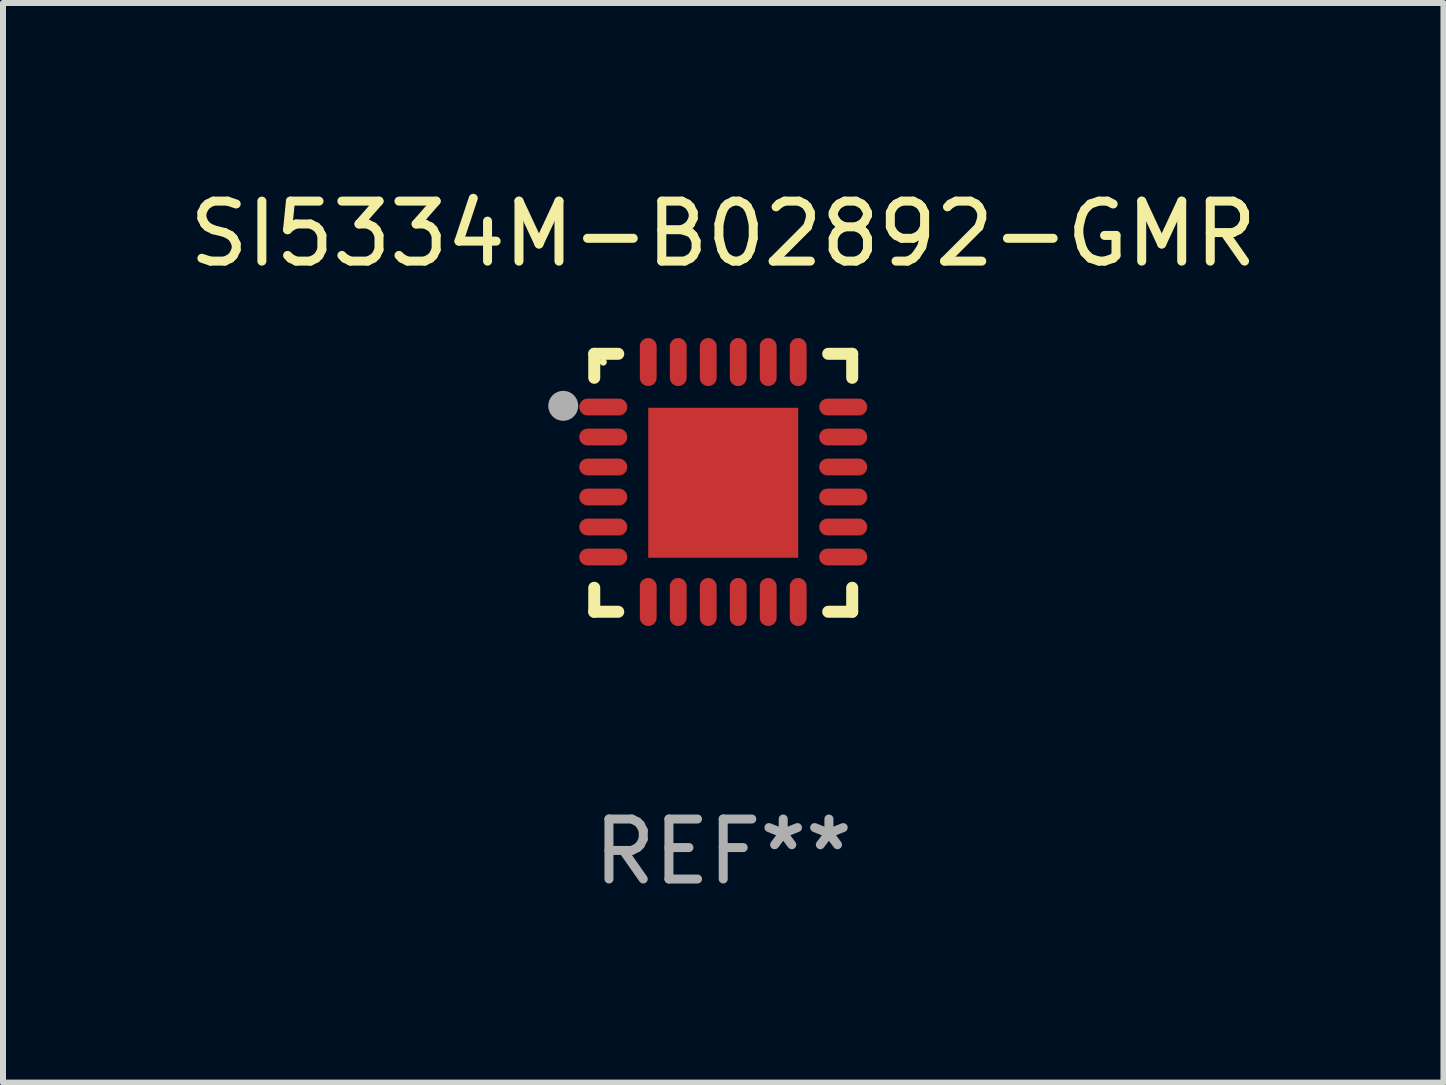
<source format=kicad_pcb>
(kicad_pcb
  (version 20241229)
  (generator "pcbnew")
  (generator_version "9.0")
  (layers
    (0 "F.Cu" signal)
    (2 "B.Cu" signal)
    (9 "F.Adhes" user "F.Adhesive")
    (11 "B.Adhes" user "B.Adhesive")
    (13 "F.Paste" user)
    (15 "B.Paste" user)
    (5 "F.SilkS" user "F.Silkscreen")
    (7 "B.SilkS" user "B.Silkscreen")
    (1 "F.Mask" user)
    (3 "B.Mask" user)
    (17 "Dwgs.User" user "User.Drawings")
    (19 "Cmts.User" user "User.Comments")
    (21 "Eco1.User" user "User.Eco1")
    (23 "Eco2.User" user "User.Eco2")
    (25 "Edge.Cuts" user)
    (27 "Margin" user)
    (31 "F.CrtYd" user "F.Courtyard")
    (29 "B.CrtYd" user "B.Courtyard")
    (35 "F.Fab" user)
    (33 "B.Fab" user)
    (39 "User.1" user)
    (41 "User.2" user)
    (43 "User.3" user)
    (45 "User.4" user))
  (footprint "SI5334M-B02892-GMR"
    (layer "F.Cu")
    (at 9.006 4.998)
    (property "Reference" "SI5334M-B02892-GMR" (at 0 -4.15 0) (layer "F.SilkS") (effects (font (size 1 1) (thickness 0.15))))
    (attr through_hole)
    (fp_line (start -2.15 -2.15) (end -1.75 -2.15) (stroke (width 0.2) (type solid)) (layer "F.SilkS"))
    (fp_line (start -2.15 -1.75) (end -2.15 -2.15) (stroke (width 0.2) (type solid)) (layer "F.SilkS"))
    (fp_line (start -2.15 2.15) (end -2.15 1.75) (stroke (width 0.2) (type solid)) (layer "F.SilkS"))
    (fp_line (start -1.75 2.15) (end -2.15 2.15) (stroke (width 0.2) (type solid)) (layer "F.SilkS"))
    (fp_line (start 1.75 -2.15) (end 2.15 -2.15) (stroke (width 0.2) (type solid)) (layer "F.SilkS"))
    (fp_line (start 1.75 2.15) (end 2.15 2.15) (stroke (width 0.2) (type solid)) (layer "F.SilkS"))
    (fp_line (start 2.15 -2.15) (end 2.15 -1.75) (stroke (width 0.2) (type solid)) (layer "F.SilkS"))
    (fp_line (start 2.15 2.15) (end 2.15 1.75) (stroke (width 0.2) (type solid)) (layer "F.SilkS"))
    (fp_circle (center -2 -2.013) (end -1.97 -2.013) (stroke (width 0.06) (type solid)) (fill no) (layer "F.SilkS"))
    (fp_circle (center -2.667 -1.283) (end -2.542 -1.283) (stroke (width 0.25) (type solid)) (fill no) (layer "F.Fab"))
    (fp_text user "REF**" (at 0 6.15 0) (layer "F.Fab") (effects (font (size 1 1) (thickness 0.15))))
    (pad "1" smd oval (at -2 -1.263) (size 0.8 0.28) (layers "F.Cu" "F.Mask" "F.Paste"))
    (pad "2" smd oval (at -2 -0.763) (size 0.8 0.28) (layers "F.Cu" "F.Mask" "F.Paste"))
    (pad "3" smd oval (at -2 -0.263) (size 0.8 0.28) (layers "F.Cu" "F.Mask" "F.Paste"))
    (pad "4" smd oval (at -2 0.237) (size 0.8 0.28) (layers "F.Cu" "F.Mask" "F.Paste"))
    (pad "5" smd oval (at -2 0.737) (size 0.8 0.28) (layers "F.Cu" "F.Mask" "F.Paste"))
    (pad "6" smd oval (at -2 1.237) (size 0.8 0.28) (layers "F.Cu" "F.Mask" "F.Paste"))
    (pad "7" smd oval (at -1.25 1.987) (size 0.28 0.8) (layers "F.Cu" "F.Mask" "F.Paste"))
    (pad "8" smd oval (at -0.75 1.987) (size 0.28 0.8) (layers "F.Cu" "F.Mask" "F.Paste"))
    (pad "9" smd oval (at -0.25 1.987) (size 0.28 0.8) (layers "F.Cu" "F.Mask" "F.Paste"))
    (pad "10" smd oval (at 0.25 1.987) (size 0.28 0.8) (layers "F.Cu" "F.Mask" "F.Paste"))
    (pad "11" smd oval (at 0.75 1.987) (size 0.28 0.8) (layers "F.Cu" "F.Mask" "F.Paste"))
    (pad "12" smd oval (at 1.25 1.987) (size 0.28 0.8) (layers "F.Cu" "F.Mask" "F.Paste"))
    (pad "13" smd oval (at 2 1.237) (size 0.8 0.28) (layers "F.Cu" "F.Mask" "F.Paste"))
    (pad "14" smd oval (at 2 0.737) (size 0.8 0.28) (layers "F.Cu" "F.Mask" "F.Paste"))
    (pad "15" smd oval (at 2 0.237) (size 0.8 0.28) (layers "F.Cu" "F.Mask" "F.Paste"))
    (pad "16" smd oval (at 2 -0.263) (size 0.8 0.28) (layers "F.Cu" "F.Mask" "F.Paste"))
    (pad "17" smd oval (at 2 -0.763) (size 0.8 0.28) (layers "F.Cu" "F.Mask" "F.Paste"))
    (pad "18" smd oval (at 2 -1.263) (size 0.8 0.28) (layers "F.Cu" "F.Mask" "F.Paste"))
    (pad "19" smd oval (at 1.25 -2.013) (size 0.28 0.8) (layers "F.Cu" "F.Mask" "F.Paste"))
    (pad "20" smd oval (at 0.75 -2.013) (size 0.28 0.8) (layers "F.Cu" "F.Mask" "F.Paste"))
    (pad "21" smd oval (at 0.25 -2.013) (size 0.28 0.8) (layers "F.Cu" "F.Mask" "F.Paste"))
    (pad "22" smd oval (at -0.25 -2.013) (size 0.28 0.8) (layers "F.Cu" "F.Mask" "F.Paste"))
    (pad "23" smd oval (at -0.75 -2.013) (size 0.28 0.8) (layers "F.Cu" "F.Mask" "F.Paste"))
    (pad "24" smd oval (at -1.25 -2.013) (size 0.28 0.8) (layers "F.Cu" "F.Mask" "F.Paste"))
    (pad "25" smd rect (at -0.000127 -0.00014) (size 2.5 2.5) (layers "F.Cu" "F.Mask" "F.Paste")))
  (gr_rect
    (start -3 -3)
    (end 21.012 14.997)
    (stroke (width 0.1) (type default))
    (fill no)
    (layer "Edge.Cuts")))
</source>
